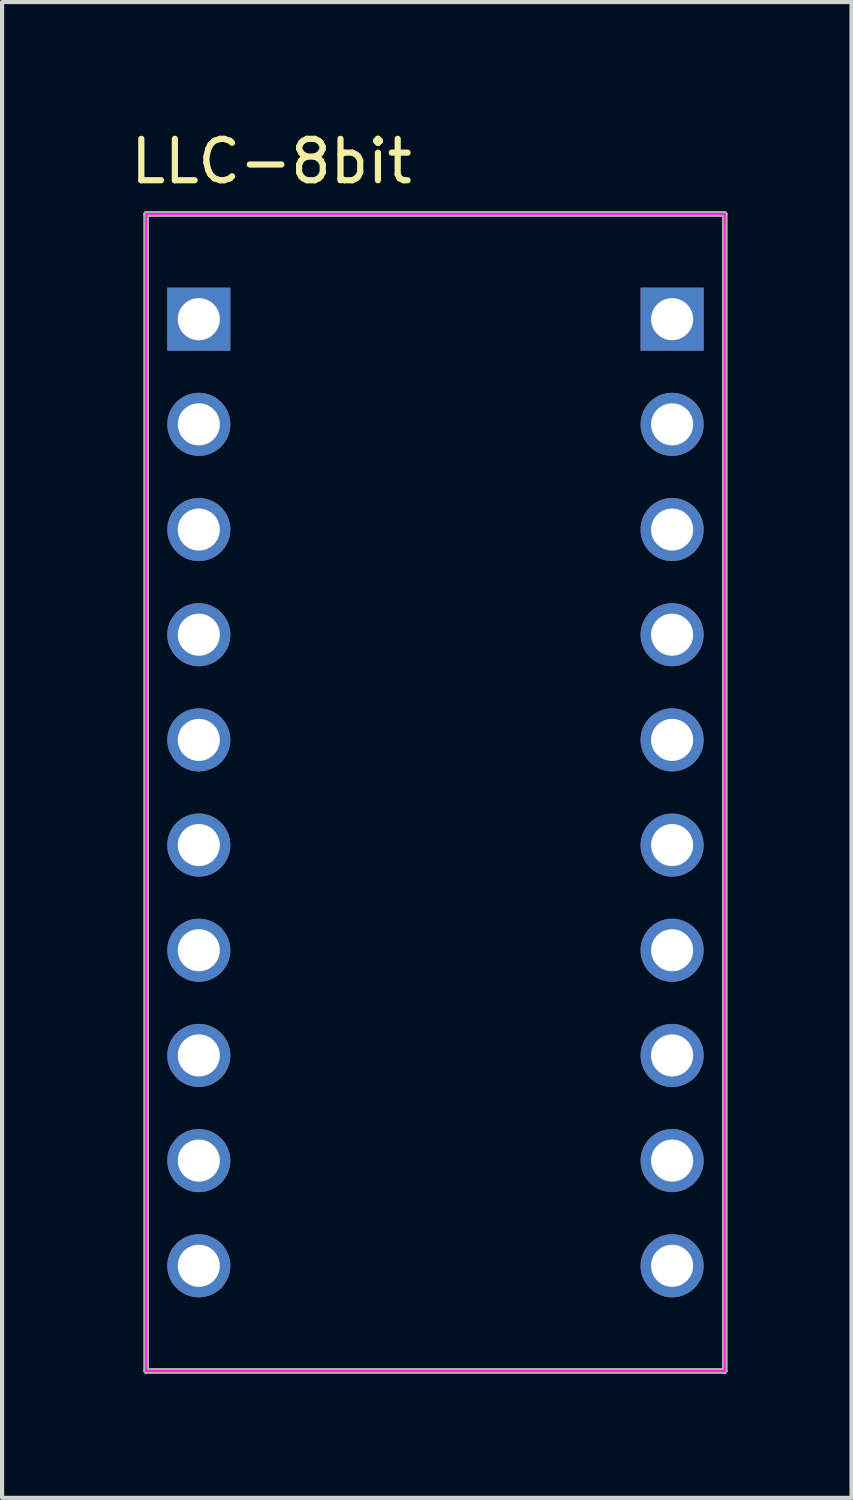
<source format=kicad_pcb>
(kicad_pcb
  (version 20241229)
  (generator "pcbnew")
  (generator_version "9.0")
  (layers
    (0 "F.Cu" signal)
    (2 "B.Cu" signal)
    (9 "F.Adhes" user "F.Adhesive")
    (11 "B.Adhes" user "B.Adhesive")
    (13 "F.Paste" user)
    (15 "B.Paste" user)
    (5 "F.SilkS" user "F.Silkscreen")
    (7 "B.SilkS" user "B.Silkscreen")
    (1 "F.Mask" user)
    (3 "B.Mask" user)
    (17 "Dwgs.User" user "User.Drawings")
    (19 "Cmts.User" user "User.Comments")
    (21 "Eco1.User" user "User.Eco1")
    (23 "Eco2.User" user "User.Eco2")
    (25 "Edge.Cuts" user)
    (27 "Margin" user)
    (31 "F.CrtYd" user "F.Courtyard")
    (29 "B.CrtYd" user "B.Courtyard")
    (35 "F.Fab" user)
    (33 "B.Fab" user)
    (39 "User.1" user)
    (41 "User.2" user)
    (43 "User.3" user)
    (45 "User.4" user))
  (footprint "LLC-8bit"
    (layer "F.Cu")
    (at 6.831 16.088)
    (property "Reference" "LLC-8bit" (at -3.325 -15.24 0) (layer "F.SilkS") (effects (font (size 1 1) (thickness 0.15))))
    (attr through_hole)
    (fp_line (start -6.35 -13.97) (end 7.62 -13.97) (stroke (width 0.127) (type solid)) (layer "F.SilkS"))
    (fp_line (start -6.35 13.97) (end -6.35 -13.97) (stroke (width 0.127) (type solid)) (layer "F.SilkS"))
    (fp_line (start 7.62 -13.97) (end 7.62 13.97) (stroke (width 0.127) (type solid)) (layer "F.SilkS"))
    (fp_line (start 7.62 13.97) (end -6.35 13.97) (stroke (width 0.127) (type solid)) (layer "F.SilkS"))
    (fp_line (start -6.35 -13.97) (end -6.35 13.97) (stroke (width 0.05) (type solid)) (layer "F.CrtYd"))
    (fp_line (start -6.35 13.97) (end 7.62 13.97) (stroke (width 0.05) (type solid)) (layer "F.CrtYd"))
    (fp_line (start 7.62 -13.97) (end -6.35 -13.97) (stroke (width 0.05) (type solid)) (layer "F.CrtYd"))
    (fp_line (start 7.62 13.97) (end 7.62 -13.97) (stroke (width 0.05) (type solid)) (layer "F.CrtYd"))
    (fp_line (start -6.35 -13.97) (end 7.62 -13.97) (stroke (width 0.127) (type solid)) (layer "F.Fab"))
    (fp_line (start -6.35 13.97) (end -6.35 -13.97) (stroke (width 0.127) (type solid)) (layer "F.Fab"))
    (fp_line (start 7.62 -13.97) (end 7.62 13.97) (stroke (width 0.127) (type solid)) (layer "F.Fab"))
    (fp_line (start 7.62 13.97) (end -6.35 13.97) (stroke (width 0.127) (type solid)) (layer "F.Fab"))
    (pad "GND_1" thru_hole circle (at -5.08 1.27) (size 1.524 1.524) (drill 1.016) (layers "*.Cu" "*.Mask"))
    (pad "GND_2" thru_hole circle (at 6.35 1.27) (size 1.524 1.524) (drill 1.016) (layers "*.Cu" "*.Mask"))
    (pad "HV" thru_hole circle (at 6.35 -1.27) (size 1.524 1.524) (drill 1.016) (layers "*.Cu" "*.Mask"))
    (pad "HV1" thru_hole rect (at 6.35 -11.43) (size 1.524 1.524) (drill 1.016) (layers "*.Cu" "*.Mask"))
    (pad "HV2" thru_hole circle (at 6.35 -8.89) (size 1.524 1.524) (drill 1.016) (layers "*.Cu" "*.Mask"))
    (pad "HV3" thru_hole circle (at 6.35 -6.35) (size 1.524 1.524) (drill 1.016) (layers "*.Cu" "*.Mask"))
    (pad "HV4" thru_hole circle (at 6.35 -3.81) (size 1.524 1.524) (drill 1.016) (layers "*.Cu" "*.Mask"))
    (pad "HV5" thru_hole circle (at 6.35 3.81) (size 1.524 1.524) (drill 1.016) (layers "*.Cu" "*.Mask"))
    (pad "HV6" thru_hole circle (at 6.35 6.35) (size 1.524 1.524) (drill 1.016) (layers "*.Cu" "*.Mask"))
    (pad "HV7" thru_hole circle (at 6.35 8.89) (size 1.524 1.524) (drill 1.016) (layers "*.Cu" "*.Mask"))
    (pad "HV8" thru_hole circle (at 6.35 11.43) (size 1.524 1.524) (drill 1.016) (layers "*.Cu" "*.Mask"))
    (pad "LV" thru_hole circle (at -5.08 -1.27) (size 1.524 1.524) (drill 1.016) (layers "*.Cu" "*.Mask"))
    (pad "LV1" thru_hole rect (at -5.08 -11.43) (size 1.524 1.524) (drill 1.016) (layers "*.Cu" "*.Mask"))
    (pad "LV2" thru_hole circle (at -5.08 -8.89) (size 1.524 1.524) (drill 1.016) (layers "*.Cu" "*.Mask"))
    (pad "LV3" thru_hole circle (at -5.08 -6.35) (size 1.524 1.524) (drill 1.016) (layers "*.Cu" "*.Mask"))
    (pad "LV4" thru_hole circle (at -5.08 -3.81) (size 1.524 1.524) (drill 1.016) (layers "*.Cu" "*.Mask"))
    (pad "LV5" thru_hole circle (at -5.08 3.81) (size 1.524 1.524) (drill 1.016) (layers "*.Cu" "*.Mask"))
    (pad "LV6" thru_hole circle (at -5.08 6.35) (size 1.524 1.524) (drill 1.016) (layers "*.Cu" "*.Mask"))
    (pad "LV7" thru_hole circle (at -5.08 8.89) (size 1.524 1.524) (drill 1.016) (layers "*.Cu" "*.Mask"))
    (pad "LV8" thru_hole circle (at -5.08 11.43) (size 1.524 1.524) (drill 1.016) (layers "*.Cu" "*.Mask")))
  (gr_rect
    (start -3 -3)
    (end 17.514 33.122)
    (stroke (width 0.1) (type default))
    (fill no)
    (layer "Edge.Cuts")))
</source>
